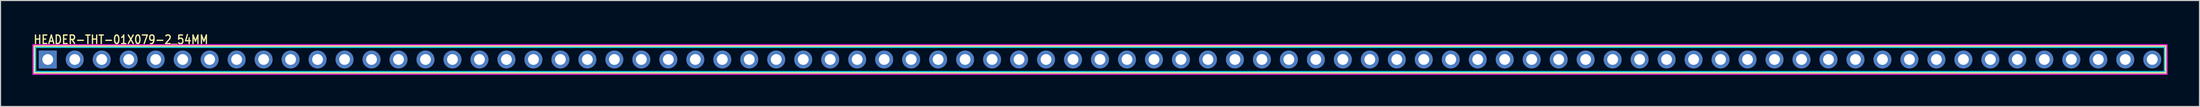
<source format=kicad_pcb>
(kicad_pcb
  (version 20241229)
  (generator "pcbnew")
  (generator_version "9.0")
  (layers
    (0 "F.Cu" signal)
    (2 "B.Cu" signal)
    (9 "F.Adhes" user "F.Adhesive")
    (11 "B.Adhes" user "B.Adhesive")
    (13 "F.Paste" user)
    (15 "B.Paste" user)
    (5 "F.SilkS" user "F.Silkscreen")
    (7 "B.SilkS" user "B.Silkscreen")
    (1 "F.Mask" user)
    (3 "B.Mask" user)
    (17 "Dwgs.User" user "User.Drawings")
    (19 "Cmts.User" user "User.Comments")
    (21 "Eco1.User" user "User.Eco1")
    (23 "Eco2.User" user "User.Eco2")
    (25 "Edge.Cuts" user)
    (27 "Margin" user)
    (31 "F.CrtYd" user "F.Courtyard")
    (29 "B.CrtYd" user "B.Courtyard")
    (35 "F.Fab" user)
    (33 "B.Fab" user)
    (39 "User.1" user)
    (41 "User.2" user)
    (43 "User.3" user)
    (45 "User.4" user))
  (footprint "HEADER-THT-01X079-2_54MM"
    (layer "F.Cu")
    (at 1.447 2.579)
    (property "Reference" "HEADER-THT-01X079-2_54MM" (at -1.4 -1.4 0) (unlocked yes) (layer "F.SilkS") (effects (font (size 0.813 0.695) (thickness 0.122)) (justify left bottom)))
    (fp_line (start -1.27 -1.27) (end -1.27 1.27) (stroke (width 0.127) (type solid)) (layer "F.SilkS"))
    (fp_line (start -1.27 1.27) (end 199.39 1.27) (stroke (width 0.127) (type solid)) (layer "F.SilkS"))
    (fp_line (start 199.39 -1.27) (end -1.27 -1.27) (stroke (width 0.127) (type solid)) (layer "F.SilkS"))
    (fp_line (start 199.39 1.27) (end 199.39 -1.27) (stroke (width 0.127) (type solid)) (layer "F.SilkS"))
    (fp_poly (pts (xy -1.143 -1.143) (xy 199.263 -1.143) (xy 199.263 1.143) (xy -1.143 1.143)) (stroke (width 0.1) (type solid)) (fill no) (layer "B.CrtYd"))
    (fp_poly (pts (xy -1.397 -1.397) (xy 199.517 -1.397) (xy 199.517 1.397) (xy -1.397 1.397)) (stroke (width 0.1) (type solid)) (fill no) (layer "F.CrtYd"))
    (pad "P$1" thru_hole rect (at 0 0) (size 1.693 1.693) (drill 1.016) (layers "*.Cu" "*.Mask"))
    (pad "P$2" thru_hole oval (at 2.54 0) (size 1.693 1.693) (drill 1.016) (layers "*.Cu" "*.Mask"))
    (pad "P$3" thru_hole oval (at 5.08 0) (size 1.693 1.693) (drill 1.016) (layers "*.Cu" "*.Mask"))
    (pad "P$4" thru_hole oval (at 7.62 0) (size 1.693 1.693) (drill 1.016) (layers "*.Cu" "*.Mask"))
    (pad "P$5" thru_hole oval (at 10.16 0) (size 1.693 1.693) (drill 1.016) (layers "*.Cu" "*.Mask"))
    (pad "P$6" thru_hole oval (at 12.7 0) (size 1.693 1.693) (drill 1.016) (layers "*.Cu" "*.Mask"))
    (pad "P$7" thru_hole oval (at 15.24 0) (size 1.693 1.693) (drill 1.016) (layers "*.Cu" "*.Mask"))
    (pad "P$8" thru_hole oval (at 17.78 0) (size 1.693 1.693) (drill 1.016) (layers "*.Cu" "*.Mask"))
    (pad "P$9" thru_hole oval (at 20.32 0) (size 1.693 1.693) (drill 1.016) (layers "*.Cu" "*.Mask"))
    (pad "P$10" thru_hole oval (at 22.86 0) (size 1.693 1.693) (drill 1.016) (layers "*.Cu" "*.Mask"))
    (pad "P$11" thru_hole oval (at 25.4 0) (size 1.693 1.693) (drill 1.016) (layers "*.Cu" "*.Mask"))
    (pad "P$12" thru_hole oval (at 27.94 0) (size 1.693 1.693) (drill 1.016) (layers "*.Cu" "*.Mask"))
    (pad "P$13" thru_hole oval (at 30.48 0) (size 1.693 1.693) (drill 1.016) (layers "*.Cu" "*.Mask"))
    (pad "P$14" thru_hole oval (at 33.02 0) (size 1.693 1.693) (drill 1.016) (layers "*.Cu" "*.Mask"))
    (pad "P$15" thru_hole oval (at 35.56 0) (size 1.693 1.693) (drill 1.016) (layers "*.Cu" "*.Mask"))
    (pad "P$16" thru_hole oval (at 38.1 0) (size 1.693 1.693) (drill 1.016) (layers "*.Cu" "*.Mask"))
    (pad "P$17" thru_hole oval (at 40.64 0) (size 1.693 1.693) (drill 1.016) (layers "*.Cu" "*.Mask"))
    (pad "P$18" thru_hole oval (at 43.18 0) (size 1.693 1.693) (drill 1.016) (layers "*.Cu" "*.Mask"))
    (pad "P$19" thru_hole oval (at 45.72 0) (size 1.693 1.693) (drill 1.016) (layers "*.Cu" "*.Mask"))
    (pad "P$20" thru_hole oval (at 48.26 0) (size 1.693 1.693) (drill 1.016) (layers "*.Cu" "*.Mask"))
    (pad "P$21" thru_hole oval (at 50.8 0) (size 1.693 1.693) (drill 1.016) (layers "*.Cu" "*.Mask"))
    (pad "P$22" thru_hole oval (at 53.34 0) (size 1.693 1.693) (drill 1.016) (layers "*.Cu" "*.Mask"))
    (pad "P$23" thru_hole oval (at 55.88 0) (size 1.693 1.693) (drill 1.016) (layers "*.Cu" "*.Mask"))
    (pad "P$24" thru_hole oval (at 58.42 0) (size 1.693 1.693) (drill 1.016) (layers "*.Cu" "*.Mask"))
    (pad "P$25" thru_hole oval (at 60.96 0) (size 1.693 1.693) (drill 1.016) (layers "*.Cu" "*.Mask"))
    (pad "P$26" thru_hole oval (at 63.5 0) (size 1.693 1.693) (drill 1.016) (layers "*.Cu" "*.Mask"))
    (pad "P$27" thru_hole oval (at 66.04 0) (size 1.693 1.693) (drill 1.016) (layers "*.Cu" "*.Mask"))
    (pad "P$28" thru_hole oval (at 68.58 0) (size 1.693 1.693) (drill 1.016) (layers "*.Cu" "*.Mask"))
    (pad "P$29" thru_hole oval (at 71.12 0) (size 1.693 1.693) (drill 1.016) (layers "*.Cu" "*.Mask"))
    (pad "P$30" thru_hole oval (at 73.66 0) (size 1.693 1.693) (drill 1.016) (layers "*.Cu" "*.Mask"))
    (pad "P$31" thru_hole oval (at 76.2 0) (size 1.693 1.693) (drill 1.016) (layers "*.Cu" "*.Mask"))
    (pad "P$32" thru_hole oval (at 78.74 0) (size 1.693 1.693) (drill 1.016) (layers "*.Cu" "*.Mask"))
    (pad "P$33" thru_hole oval (at 81.28 0) (size 1.693 1.693) (drill 1.016) (layers "*.Cu" "*.Mask"))
    (pad "P$34" thru_hole oval (at 83.82 0) (size 1.693 1.693) (drill 1.016) (layers "*.Cu" "*.Mask"))
    (pad "P$35" thru_hole oval (at 86.36 0) (size 1.693 1.693) (drill 1.016) (layers "*.Cu" "*.Mask"))
    (pad "P$36" thru_hole oval (at 88.9 0) (size 1.693 1.693) (drill 1.016) (layers "*.Cu" "*.Mask"))
    (pad "P$37" thru_hole oval (at 91.44 0) (size 1.693 1.693) (drill 1.016) (layers "*.Cu" "*.Mask"))
    (pad "P$38" thru_hole oval (at 93.98 0) (size 1.693 1.693) (drill 1.016) (layers "*.Cu" "*.Mask"))
    (pad "P$39" thru_hole oval (at 96.52 0) (size 1.693 1.693) (drill 1.016) (layers "*.Cu" "*.Mask"))
    (pad "P$40" thru_hole oval (at 99.06 0) (size 1.693 1.693) (drill 1.016) (layers "*.Cu" "*.Mask"))
    (pad "P$41" thru_hole oval (at 101.6 0) (size 1.693 1.693) (drill 1.016) (layers "*.Cu" "*.Mask"))
    (pad "P$42" thru_hole oval (at 104.14 0) (size 1.693 1.693) (drill 1.016) (layers "*.Cu" "*.Mask"))
    (pad "P$43" thru_hole oval (at 106.68 0) (size 1.693 1.693) (drill 1.016) (layers "*.Cu" "*.Mask"))
    (pad "P$44" thru_hole oval (at 109.22 0) (size 1.693 1.693) (drill 1.016) (layers "*.Cu" "*.Mask"))
    (pad "P$45" thru_hole oval (at 111.76 0) (size 1.693 1.693) (drill 1.016) (layers "*.Cu" "*.Mask"))
    (pad "P$46" thru_hole oval (at 114.3 0) (size 1.693 1.693) (drill 1.016) (layers "*.Cu" "*.Mask"))
    (pad "P$47" thru_hole oval (at 116.84 0) (size 1.693 1.693) (drill 1.016) (layers "*.Cu" "*.Mask"))
    (pad "P$48" thru_hole oval (at 119.38 0) (size 1.693 1.693) (drill 1.016) (layers "*.Cu" "*.Mask"))
    (pad "P$49" thru_hole oval (at 121.92 0) (size 1.693 1.693) (drill 1.016) (layers "*.Cu" "*.Mask"))
    (pad "P$50" thru_hole oval (at 124.46 0) (size 1.693 1.693) (drill 1.016) (layers "*.Cu" "*.Mask"))
    (pad "P$51" thru_hole oval (at 127 0) (size 1.693 1.693) (drill 1.016) (layers "*.Cu" "*.Mask"))
    (pad "P$52" thru_hole oval (at 129.54 0) (size 1.693 1.693) (drill 1.016) (layers "*.Cu" "*.Mask"))
    (pad "P$53" thru_hole oval (at 132.08 0) (size 1.693 1.693) (drill 1.016) (layers "*.Cu" "*.Mask"))
    (pad "P$54" thru_hole oval (at 134.62 0) (size 1.693 1.693) (drill 1.016) (layers "*.Cu" "*.Mask"))
    (pad "P$55" thru_hole oval (at 137.16 0) (size 1.693 1.693) (drill 1.016) (layers "*.Cu" "*.Mask"))
    (pad "P$56" thru_hole oval (at 139.7 0) (size 1.693 1.693) (drill 1.016) (layers "*.Cu" "*.Mask"))
    (pad "P$57" thru_hole oval (at 142.24 0) (size 1.693 1.693) (drill 1.016) (layers "*.Cu" "*.Mask"))
    (pad "P$58" thru_hole oval (at 144.78 0) (size 1.693 1.693) (drill 1.016) (layers "*.Cu" "*.Mask"))
    (pad "P$59" thru_hole oval (at 147.32 0) (size 1.693 1.693) (drill 1.016) (layers "*.Cu" "*.Mask"))
    (pad "P$60" thru_hole oval (at 149.86 0) (size 1.693 1.693) (drill 1.016) (layers "*.Cu" "*.Mask"))
    (pad "P$61" thru_hole oval (at 152.4 0) (size 1.693 1.693) (drill 1.016) (layers "*.Cu" "*.Mask"))
    (pad "P$62" thru_hole oval (at 154.94 0) (size 1.693 1.693) (drill 1.016) (layers "*.Cu" "*.Mask"))
    (pad "P$63" thru_hole oval (at 157.48 0) (size 1.693 1.693) (drill 1.016) (layers "*.Cu" "*.Mask"))
    (pad "P$64" thru_hole oval (at 160.02 0) (size 1.693 1.693) (drill 1.016) (layers "*.Cu" "*.Mask"))
    (pad "P$65" thru_hole oval (at 162.56 0) (size 1.693 1.693) (drill 1.016) (layers "*.Cu" "*.Mask"))
    (pad "P$66" thru_hole oval (at 165.1 0) (size 1.693 1.693) (drill 1.016) (layers "*.Cu" "*.Mask"))
    (pad "P$67" thru_hole oval (at 167.64 0) (size 1.693 1.693) (drill 1.016) (layers "*.Cu" "*.Mask"))
    (pad "P$68" thru_hole oval (at 170.18 0) (size 1.693 1.693) (drill 1.016) (layers "*.Cu" "*.Mask"))
    (pad "P$69" thru_hole oval (at 172.72 0) (size 1.693 1.693) (drill 1.016) (layers "*.Cu" "*.Mask"))
    (pad "P$70" thru_hole oval (at 175.26 0) (size 1.693 1.693) (drill 1.016) (layers "*.Cu" "*.Mask"))
    (pad "P$71" thru_hole oval (at 177.8 0) (size 1.693 1.693) (drill 1.016) (layers "*.Cu" "*.Mask"))
    (pad "P$72" thru_hole oval (at 180.34 0) (size 1.693 1.693) (drill 1.016) (layers "*.Cu" "*.Mask"))
    (pad "P$73" thru_hole oval (at 182.88 0) (size 1.693 1.693) (drill 1.016) (layers "*.Cu" "*.Mask"))
    (pad "P$74" thru_hole oval (at 185.42 0) (size 1.693 1.693) (drill 1.016) (layers "*.Cu" "*.Mask"))
    (pad "P$75" thru_hole oval (at 187.96 0) (size 1.693 1.693) (drill 1.016) (layers "*.Cu" "*.Mask"))
    (pad "P$76" thru_hole oval (at 190.5 0) (size 1.693 1.693) (drill 1.016) (layers "*.Cu" "*.Mask"))
    (pad "P$77" thru_hole oval (at 193.04 0) (size 1.693 1.693) (drill 1.016) (layers "*.Cu" "*.Mask"))
    (pad "P$78" thru_hole oval (at 195.58 0) (size 1.693 1.693) (drill 1.016) (layers "*.Cu" "*.Mask"))
    (pad "P$79" thru_hole oval (at 198.12 0) (size 1.693 1.693) (drill 1.016) (layers "*.Cu" "*.Mask")))
  (gr_rect
    (start -3 -3)
    (end 204.014 7.026)
    (stroke (width 0.1) (type default))
    (fill no)
    (layer "Edge.Cuts")))
</source>
